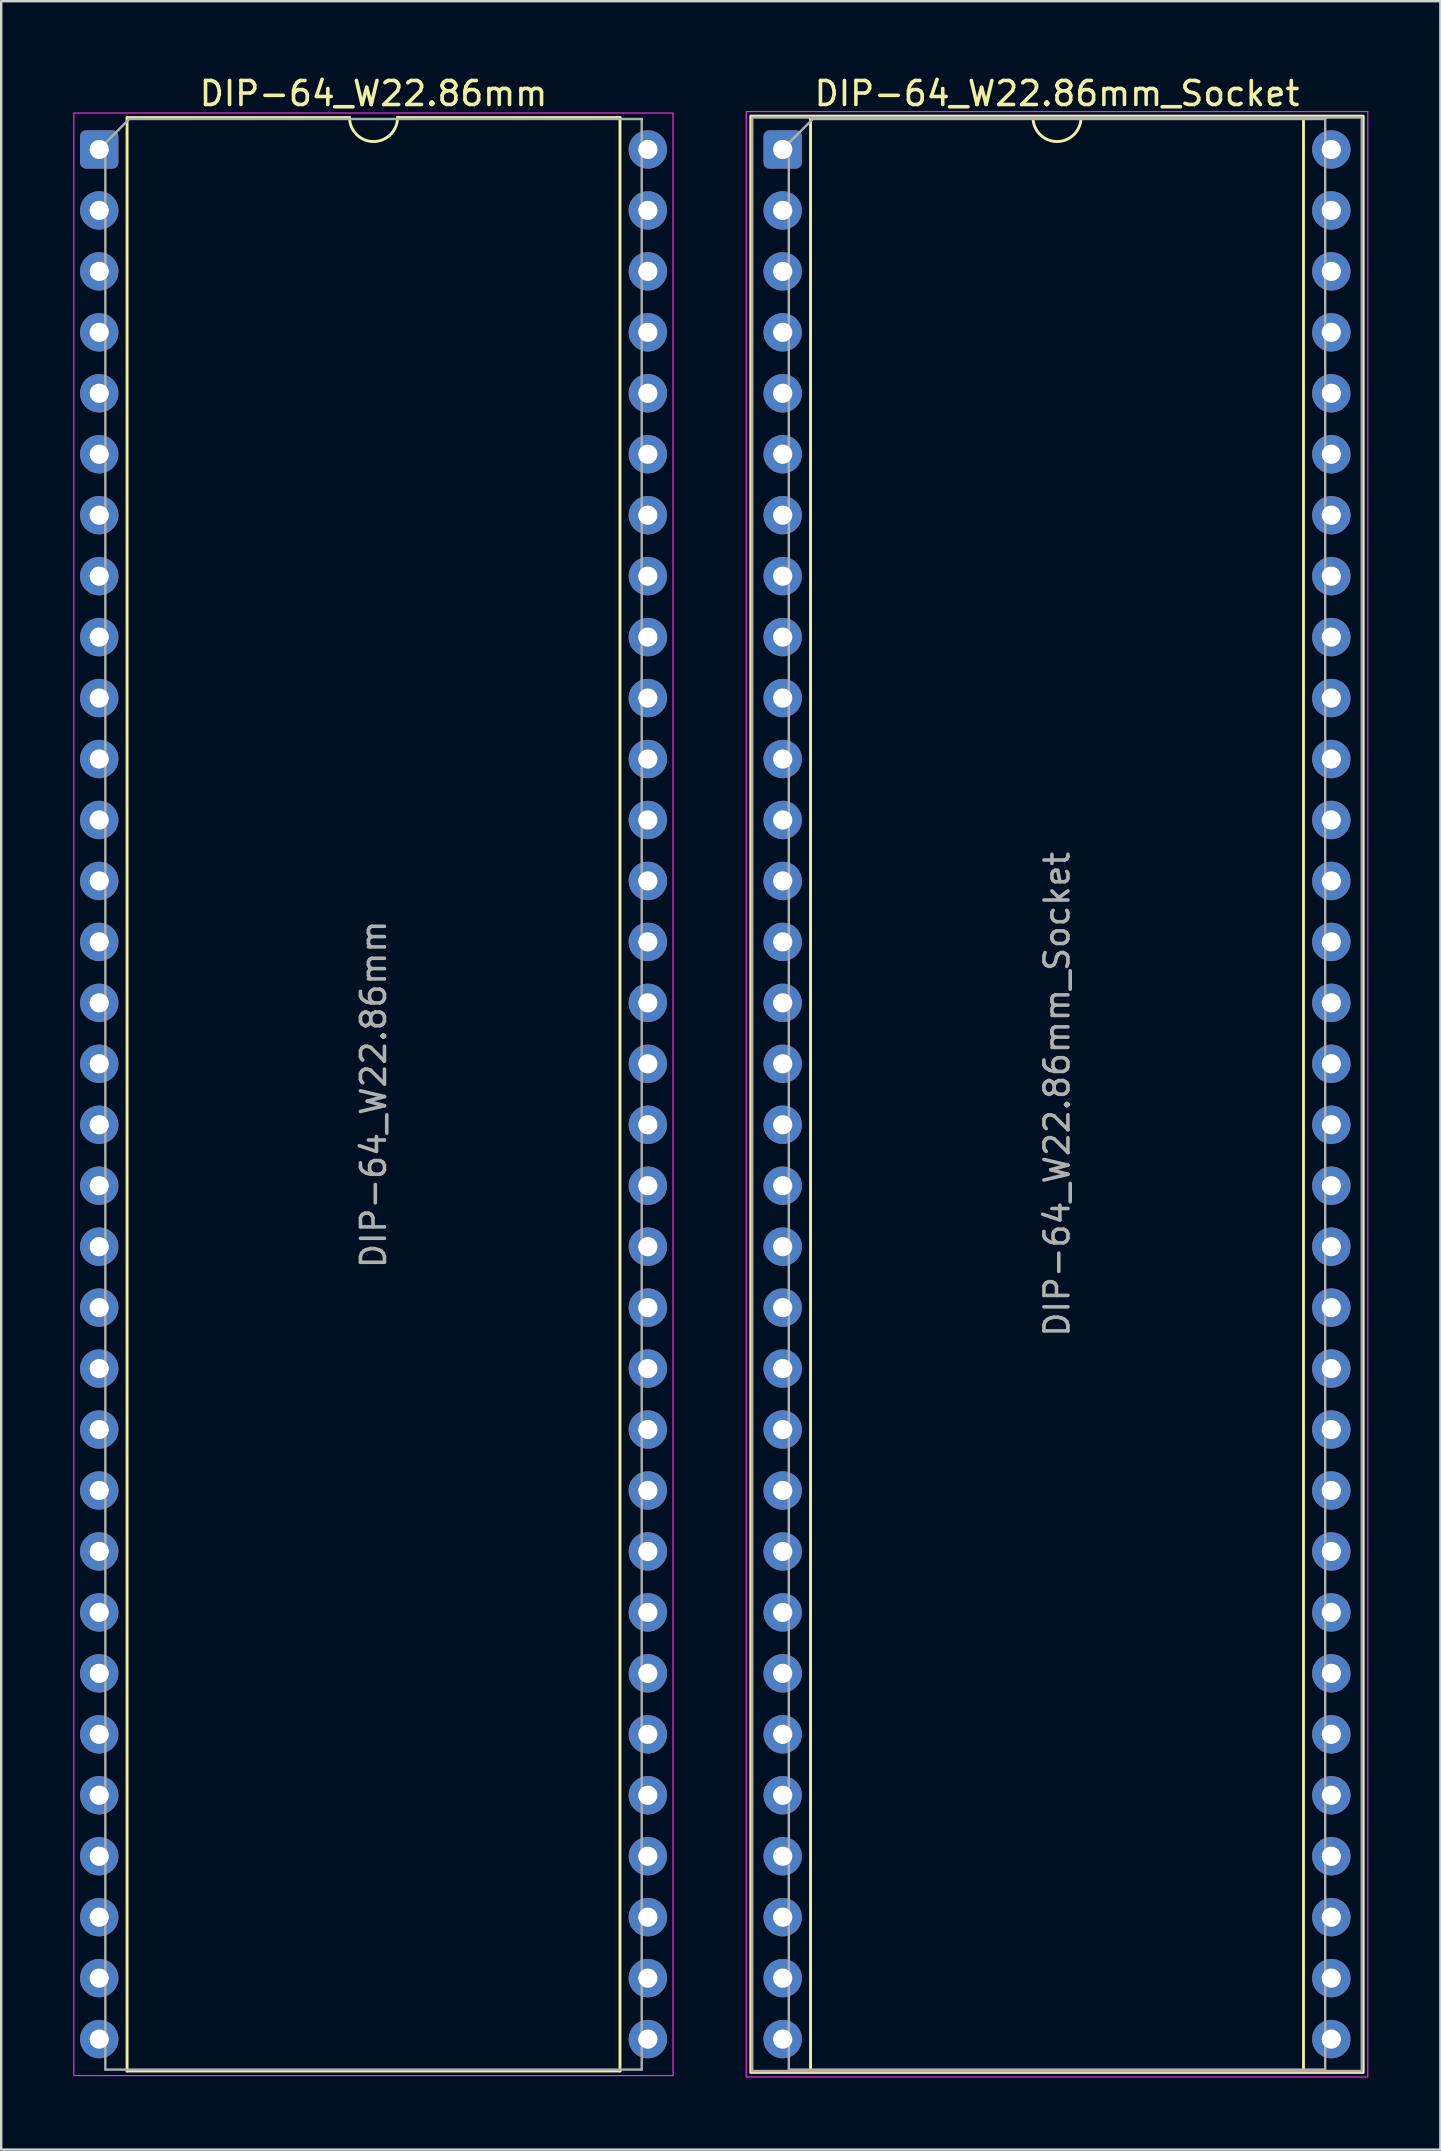
<source format=kicad_pcb>
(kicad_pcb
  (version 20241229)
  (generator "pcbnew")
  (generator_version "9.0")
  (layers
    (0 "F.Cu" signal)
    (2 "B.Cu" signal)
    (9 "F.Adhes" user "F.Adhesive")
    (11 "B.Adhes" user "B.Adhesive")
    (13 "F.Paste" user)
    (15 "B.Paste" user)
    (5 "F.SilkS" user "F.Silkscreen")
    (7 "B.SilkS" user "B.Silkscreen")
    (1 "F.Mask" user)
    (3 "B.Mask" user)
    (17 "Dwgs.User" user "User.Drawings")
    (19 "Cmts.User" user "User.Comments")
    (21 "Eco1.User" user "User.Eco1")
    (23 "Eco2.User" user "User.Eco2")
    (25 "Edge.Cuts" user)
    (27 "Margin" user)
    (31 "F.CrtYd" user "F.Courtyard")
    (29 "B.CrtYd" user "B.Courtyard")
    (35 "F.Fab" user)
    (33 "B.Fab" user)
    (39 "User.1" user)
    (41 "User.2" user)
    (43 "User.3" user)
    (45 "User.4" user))
  (footprint "DIP-64_W22.86mm"
    (layer "F.Cu")
    (at 1.085 3.178)
    (property "Reference" "DIP-64_W22.86mm" (at 11.43 -2.33 0) (layer "F.SilkS") (effects (font (size 1 1) (thickness 0.15))))
    (attr through_hole)
    (fp_line (start 1.16 -1.33) (end 1.16 80.07) (stroke (width 0.12) (type solid)) (layer "F.SilkS"))
    (fp_line (start 1.16 80.07) (end 21.7 80.07) (stroke (width 0.12) (type solid)) (layer "F.SilkS"))
    (fp_line (start 10.43 -1.33) (end 1.16 -1.33) (stroke (width 0.12) (type solid)) (layer "F.SilkS"))
    (fp_line (start 21.7 -1.33) (end 12.43 -1.33) (stroke (width 0.12) (type solid)) (layer "F.SilkS"))
    (fp_line (start 21.7 80.07) (end 21.7 -1.33) (stroke (width 0.12) (type solid)) (layer "F.SilkS"))
    (fp_arc (start 12.43 -1.33) (mid 11.43 -0.33) (end 10.43 -1.33) (stroke (width 0.12) (type solid)) (layer "F.SilkS"))
    (fp_rect (start -1.06 -1.52) (end 23.91 80.26) (stroke (width 0.05) (type solid)) (fill no) (layer "F.CrtYd"))
    (fp_line (start 0.255 -0.27) (end 1.255 -1.27) (stroke (width 0.1) (type solid)) (layer "F.Fab"))
    (fp_line (start 0.255 80.01) (end 0.255 -0.27) (stroke (width 0.1) (type solid)) (layer "F.Fab"))
    (fp_line (start 1.255 -1.27) (end 22.605 -1.27) (stroke (width 0.1) (type solid)) (layer "F.Fab"))
    (fp_line (start 22.605 -1.27) (end 22.605 80.01) (stroke (width 0.1) (type solid)) (layer "F.Fab"))
    (fp_line (start 22.605 80.01) (end 0.255 80.01) (stroke (width 0.1) (type solid)) (layer "F.Fab"))
    (fp_text user "${REFERENCE}" (at 11.43 39.37 90) (layer "F.Fab") (effects (font (size 1 1) (thickness 0.15))))
    (pad "1" thru_hole roundrect (at 0 0) (size 1.6 1.6) (drill 0.8) (layers "*.Cu" "*.Mask") (roundrect_rratio 0.156))
    (pad "2" thru_hole circle (at 0 2.54) (size 1.6 1.6) (drill 0.8) (layers "*.Cu" "*.Mask"))
    (pad "3" thru_hole circle (at 0 5.08) (size 1.6 1.6) (drill 0.8) (layers "*.Cu" "*.Mask"))
    (pad "4" thru_hole circle (at 0 7.62) (size 1.6 1.6) (drill 0.8) (layers "*.Cu" "*.Mask"))
    (pad "5" thru_hole circle (at 0 10.16) (size 1.6 1.6) (drill 0.8) (layers "*.Cu" "*.Mask"))
    (pad "6" thru_hole circle (at 0 12.7) (size 1.6 1.6) (drill 0.8) (layers "*.Cu" "*.Mask"))
    (pad "7" thru_hole circle (at 0 15.24) (size 1.6 1.6) (drill 0.8) (layers "*.Cu" "*.Mask"))
    (pad "8" thru_hole circle (at 0 17.78) (size 1.6 1.6) (drill 0.8) (layers "*.Cu" "*.Mask"))
    (pad "9" thru_hole circle (at 0 20.32) (size 1.6 1.6) (drill 0.8) (layers "*.Cu" "*.Mask"))
    (pad "10" thru_hole circle (at 0 22.86) (size 1.6 1.6) (drill 0.8) (layers "*.Cu" "*.Mask"))
    (pad "11" thru_hole circle (at 0 25.4) (size 1.6 1.6) (drill 0.8) (layers "*.Cu" "*.Mask"))
    (pad "12" thru_hole circle (at 0 27.94) (size 1.6 1.6) (drill 0.8) (layers "*.Cu" "*.Mask"))
    (pad "13" thru_hole circle (at 0 30.48) (size 1.6 1.6) (drill 0.8) (layers "*.Cu" "*.Mask"))
    (pad "14" thru_hole circle (at 0 33.02) (size 1.6 1.6) (drill 0.8) (layers "*.Cu" "*.Mask"))
    (pad "15" thru_hole circle (at 0 35.56) (size 1.6 1.6) (drill 0.8) (layers "*.Cu" "*.Mask"))
    (pad "16" thru_hole circle (at 0 38.1) (size 1.6 1.6) (drill 0.8) (layers "*.Cu" "*.Mask"))
    (pad "17" thru_hole circle (at 0 40.64) (size 1.6 1.6) (drill 0.8) (layers "*.Cu" "*.Mask"))
    (pad "18" thru_hole circle (at 0 43.18) (size 1.6 1.6) (drill 0.8) (layers "*.Cu" "*.Mask"))
    (pad "19" thru_hole circle (at 0 45.72) (size 1.6 1.6) (drill 0.8) (layers "*.Cu" "*.Mask"))
    (pad "20" thru_hole circle (at 0 48.26) (size 1.6 1.6) (drill 0.8) (layers "*.Cu" "*.Mask"))
    (pad "21" thru_hole circle (at 0 50.8) (size 1.6 1.6) (drill 0.8) (layers "*.Cu" "*.Mask"))
    (pad "22" thru_hole circle (at 0 53.34) (size 1.6 1.6) (drill 0.8) (layers "*.Cu" "*.Mask"))
    (pad "23" thru_hole circle (at 0 55.88) (size 1.6 1.6) (drill 0.8) (layers "*.Cu" "*.Mask"))
    (pad "24" thru_hole circle (at 0 58.42) (size 1.6 1.6) (drill 0.8) (layers "*.Cu" "*.Mask"))
    (pad "25" thru_hole circle (at 0 60.96) (size 1.6 1.6) (drill 0.8) (layers "*.Cu" "*.Mask"))
    (pad "26" thru_hole circle (at 0 63.5) (size 1.6 1.6) (drill 0.8) (layers "*.Cu" "*.Mask"))
    (pad "27" thru_hole circle (at 0 66.04) (size 1.6 1.6) (drill 0.8) (layers "*.Cu" "*.Mask"))
    (pad "28" thru_hole circle (at 0 68.58) (size 1.6 1.6) (drill 0.8) (layers "*.Cu" "*.Mask"))
    (pad "29" thru_hole circle (at 0 71.12) (size 1.6 1.6) (drill 0.8) (layers "*.Cu" "*.Mask"))
    (pad "30" thru_hole circle (at 0 73.66) (size 1.6 1.6) (drill 0.8) (layers "*.Cu" "*.Mask"))
    (pad "31" thru_hole circle (at 0 76.2) (size 1.6 1.6) (drill 0.8) (layers "*.Cu" "*.Mask"))
    (pad "32" thru_hole circle (at 0 78.74) (size 1.6 1.6) (drill 0.8) (layers "*.Cu" "*.Mask"))
    (pad "33" thru_hole circle (at 22.86 78.74) (size 1.6 1.6) (drill 0.8) (layers "*.Cu" "*.Mask"))
    (pad "34" thru_hole circle (at 22.86 76.2) (size 1.6 1.6) (drill 0.8) (layers "*.Cu" "*.Mask"))
    (pad "35" thru_hole circle (at 22.86 73.66) (size 1.6 1.6) (drill 0.8) (layers "*.Cu" "*.Mask"))
    (pad "36" thru_hole circle (at 22.86 71.12) (size 1.6 1.6) (drill 0.8) (layers "*.Cu" "*.Mask"))
    (pad "37" thru_hole circle (at 22.86 68.58) (size 1.6 1.6) (drill 0.8) (layers "*.Cu" "*.Mask"))
    (pad "38" thru_hole circle (at 22.86 66.04) (size 1.6 1.6) (drill 0.8) (layers "*.Cu" "*.Mask"))
    (pad "39" thru_hole circle (at 22.86 63.5) (size 1.6 1.6) (drill 0.8) (layers "*.Cu" "*.Mask"))
    (pad "40" thru_hole circle (at 22.86 60.96) (size 1.6 1.6) (drill 0.8) (layers "*.Cu" "*.Mask"))
    (pad "41" thru_hole circle (at 22.86 58.42) (size 1.6 1.6) (drill 0.8) (layers "*.Cu" "*.Mask"))
    (pad "42" thru_hole circle (at 22.86 55.88) (size 1.6 1.6) (drill 0.8) (layers "*.Cu" "*.Mask"))
    (pad "43" thru_hole circle (at 22.86 53.34) (size 1.6 1.6) (drill 0.8) (layers "*.Cu" "*.Mask"))
    (pad "44" thru_hole circle (at 22.86 50.8) (size 1.6 1.6) (drill 0.8) (layers "*.Cu" "*.Mask"))
    (pad "45" thru_hole circle (at 22.86 48.26) (size 1.6 1.6) (drill 0.8) (layers "*.Cu" "*.Mask"))
    (pad "46" thru_hole circle (at 22.86 45.72) (size 1.6 1.6) (drill 0.8) (layers "*.Cu" "*.Mask"))
    (pad "47" thru_hole circle (at 22.86 43.18) (size 1.6 1.6) (drill 0.8) (layers "*.Cu" "*.Mask"))
    (pad "48" thru_hole circle (at 22.86 40.64) (size 1.6 1.6) (drill 0.8) (layers "*.Cu" "*.Mask"))
    (pad "49" thru_hole circle (at 22.86 38.1) (size 1.6 1.6) (drill 0.8) (layers "*.Cu" "*.Mask"))
    (pad "50" thru_hole circle (at 22.86 35.56) (size 1.6 1.6) (drill 0.8) (layers "*.Cu" "*.Mask"))
    (pad "51" thru_hole circle (at 22.86 33.02) (size 1.6 1.6) (drill 0.8) (layers "*.Cu" "*.Mask"))
    (pad "52" thru_hole circle (at 22.86 30.48) (size 1.6 1.6) (drill 0.8) (layers "*.Cu" "*.Mask"))
    (pad "53" thru_hole circle (at 22.86 27.94) (size 1.6 1.6) (drill 0.8) (layers "*.Cu" "*.Mask"))
    (pad "54" thru_hole circle (at 22.86 25.4) (size 1.6 1.6) (drill 0.8) (layers "*.Cu" "*.Mask"))
    (pad "55" thru_hole circle (at 22.86 22.86) (size 1.6 1.6) (drill 0.8) (layers "*.Cu" "*.Mask"))
    (pad "56" thru_hole circle (at 22.86 20.32) (size 1.6 1.6) (drill 0.8) (layers "*.Cu" "*.Mask"))
    (pad "57" thru_hole circle (at 22.86 17.78) (size 1.6 1.6) (drill 0.8) (layers "*.Cu" "*.Mask"))
    (pad "58" thru_hole circle (at 22.86 15.24) (size 1.6 1.6) (drill 0.8) (layers "*.Cu" "*.Mask"))
    (pad "59" thru_hole circle (at 22.86 12.7) (size 1.6 1.6) (drill 0.8) (layers "*.Cu" "*.Mask"))
    (pad "60" thru_hole circle (at 22.86 10.16) (size 1.6 1.6) (drill 0.8) (layers "*.Cu" "*.Mask"))
    (pad "61" thru_hole circle (at 22.86 7.62) (size 1.6 1.6) (drill 0.8) (layers "*.Cu" "*.Mask"))
    (pad "62" thru_hole circle (at 22.86 5.08) (size 1.6 1.6) (drill 0.8) (layers "*.Cu" "*.Mask"))
    (pad "63" thru_hole circle (at 22.86 2.54) (size 1.6 1.6) (drill 0.8) (layers "*.Cu" "*.Mask"))
    (pad "64" thru_hole circle (at 22.86 0) (size 1.6 1.6) (drill 0.8) (layers "*.Cu" "*.Mask")))
  (footprint "DIP-64_W22.86mm_Socket"
    (layer "F.Cu")
    (at 29.565 3.178)
    (property "Reference" "DIP-64_W22.86mm_Socket" (at 11.43 -2.33 0) (layer "F.SilkS") (effects (font (size 1 1) (thickness 0.15))))
    (attr through_hole)
    (fp_line (start 1.16 -1.33) (end 1.16 80.07) (stroke (width 0.12) (type solid)) (layer "F.SilkS"))
    (fp_line (start 1.16 80.07) (end 21.7 80.07) (stroke (width 0.12) (type solid)) (layer "F.SilkS"))
    (fp_line (start 10.43 -1.33) (end 1.16 -1.33) (stroke (width 0.12) (type solid)) (layer "F.SilkS"))
    (fp_line (start 21.7 -1.33) (end 12.43 -1.33) (stroke (width 0.12) (type solid)) (layer "F.SilkS"))
    (fp_line (start 21.7 80.07) (end 21.7 -1.33) (stroke (width 0.12) (type solid)) (layer "F.SilkS"))
    (fp_rect (start -1.33 -1.39) (end 24.19 80.13) (stroke (width 0.12) (type solid)) (fill no) (layer "F.SilkS"))
    (fp_arc (start 12.43 -1.33) (mid 11.43 -0.33) (end 10.43 -1.33) (stroke (width 0.12) (type solid)) (layer "F.SilkS"))
    (fp_rect (start -1.52 -1.58) (end 24.38 80.32) (stroke (width 0.05) (type solid)) (fill no) (layer "F.CrtYd"))
    (fp_line (start 0.255 -0.27) (end 1.255 -1.27) (stroke (width 0.1) (type solid)) (layer "F.Fab"))
    (fp_line (start 0.255 80.01) (end 0.255 -0.27) (stroke (width 0.1) (type solid)) (layer "F.Fab"))
    (fp_line (start 1.255 -1.27) (end 22.605 -1.27) (stroke (width 0.1) (type solid)) (layer "F.Fab"))
    (fp_line (start 22.605 -1.27) (end 22.605 80.01) (stroke (width 0.1) (type solid)) (layer "F.Fab"))
    (fp_line (start 22.605 80.01) (end 0.255 80.01) (stroke (width 0.1) (type solid)) (layer "F.Fab"))
    (fp_rect (start -1.27 -1.33) (end 24.13 80.07) (stroke (width 0.1) (type solid)) (fill no) (layer "F.Fab"))
    (fp_text user "${REFERENCE}" (at 11.43 39.37 90) (layer "F.Fab") (effects (font (size 1 1) (thickness 0.15))))
    (pad "1" thru_hole roundrect (at 0 0) (size 1.6 1.6) (drill 0.8) (layers "*.Cu" "*.Mask") (roundrect_rratio 0.156))
    (pad "2" thru_hole circle (at 0 2.54) (size 1.6 1.6) (drill 0.8) (layers "*.Cu" "*.Mask"))
    (pad "3" thru_hole circle (at 0 5.08) (size 1.6 1.6) (drill 0.8) (layers "*.Cu" "*.Mask"))
    (pad "4" thru_hole circle (at 0 7.62) (size 1.6 1.6) (drill 0.8) (layers "*.Cu" "*.Mask"))
    (pad "5" thru_hole circle (at 0 10.16) (size 1.6 1.6) (drill 0.8) (layers "*.Cu" "*.Mask"))
    (pad "6" thru_hole circle (at 0 12.7) (size 1.6 1.6) (drill 0.8) (layers "*.Cu" "*.Mask"))
    (pad "7" thru_hole circle (at 0 15.24) (size 1.6 1.6) (drill 0.8) (layers "*.Cu" "*.Mask"))
    (pad "8" thru_hole circle (at 0 17.78) (size 1.6 1.6) (drill 0.8) (layers "*.Cu" "*.Mask"))
    (pad "9" thru_hole circle (at 0 20.32) (size 1.6 1.6) (drill 0.8) (layers "*.Cu" "*.Mask"))
    (pad "10" thru_hole circle (at 0 22.86) (size 1.6 1.6) (drill 0.8) (layers "*.Cu" "*.Mask"))
    (pad "11" thru_hole circle (at 0 25.4) (size 1.6 1.6) (drill 0.8) (layers "*.Cu" "*.Mask"))
    (pad "12" thru_hole circle (at 0 27.94) (size 1.6 1.6) (drill 0.8) (layers "*.Cu" "*.Mask"))
    (pad "13" thru_hole circle (at 0 30.48) (size 1.6 1.6) (drill 0.8) (layers "*.Cu" "*.Mask"))
    (pad "14" thru_hole circle (at 0 33.02) (size 1.6 1.6) (drill 0.8) (layers "*.Cu" "*.Mask"))
    (pad "15" thru_hole circle (at 0 35.56) (size 1.6 1.6) (drill 0.8) (layers "*.Cu" "*.Mask"))
    (pad "16" thru_hole circle (at 0 38.1) (size 1.6 1.6) (drill 0.8) (layers "*.Cu" "*.Mask"))
    (pad "17" thru_hole circle (at 0 40.64) (size 1.6 1.6) (drill 0.8) (layers "*.Cu" "*.Mask"))
    (pad "18" thru_hole circle (at 0 43.18) (size 1.6 1.6) (drill 0.8) (layers "*.Cu" "*.Mask"))
    (pad "19" thru_hole circle (at 0 45.72) (size 1.6 1.6) (drill 0.8) (layers "*.Cu" "*.Mask"))
    (pad "20" thru_hole circle (at 0 48.26) (size 1.6 1.6) (drill 0.8) (layers "*.Cu" "*.Mask"))
    (pad "21" thru_hole circle (at 0 50.8) (size 1.6 1.6) (drill 0.8) (layers "*.Cu" "*.Mask"))
    (pad "22" thru_hole circle (at 0 53.34) (size 1.6 1.6) (drill 0.8) (layers "*.Cu" "*.Mask"))
    (pad "23" thru_hole circle (at 0 55.88) (size 1.6 1.6) (drill 0.8) (layers "*.Cu" "*.Mask"))
    (pad "24" thru_hole circle (at 0 58.42) (size 1.6 1.6) (drill 0.8) (layers "*.Cu" "*.Mask"))
    (pad "25" thru_hole circle (at 0 60.96) (size 1.6 1.6) (drill 0.8) (layers "*.Cu" "*.Mask"))
    (pad "26" thru_hole circle (at 0 63.5) (size 1.6 1.6) (drill 0.8) (layers "*.Cu" "*.Mask"))
    (pad "27" thru_hole circle (at 0 66.04) (size 1.6 1.6) (drill 0.8) (layers "*.Cu" "*.Mask"))
    (pad "28" thru_hole circle (at 0 68.58) (size 1.6 1.6) (drill 0.8) (layers "*.Cu" "*.Mask"))
    (pad "29" thru_hole circle (at 0 71.12) (size 1.6 1.6) (drill 0.8) (layers "*.Cu" "*.Mask"))
    (pad "30" thru_hole circle (at 0 73.66) (size 1.6 1.6) (drill 0.8) (layers "*.Cu" "*.Mask"))
    (pad "31" thru_hole circle (at 0 76.2) (size 1.6 1.6) (drill 0.8) (layers "*.Cu" "*.Mask"))
    (pad "32" thru_hole circle (at 0 78.74) (size 1.6 1.6) (drill 0.8) (layers "*.Cu" "*.Mask"))
    (pad "33" thru_hole circle (at 22.86 78.74) (size 1.6 1.6) (drill 0.8) (layers "*.Cu" "*.Mask"))
    (pad "34" thru_hole circle (at 22.86 76.2) (size 1.6 1.6) (drill 0.8) (layers "*.Cu" "*.Mask"))
    (pad "35" thru_hole circle (at 22.86 73.66) (size 1.6 1.6) (drill 0.8) (layers "*.Cu" "*.Mask"))
    (pad "36" thru_hole circle (at 22.86 71.12) (size 1.6 1.6) (drill 0.8) (layers "*.Cu" "*.Mask"))
    (pad "37" thru_hole circle (at 22.86 68.58) (size 1.6 1.6) (drill 0.8) (layers "*.Cu" "*.Mask"))
    (pad "38" thru_hole circle (at 22.86 66.04) (size 1.6 1.6) (drill 0.8) (layers "*.Cu" "*.Mask"))
    (pad "39" thru_hole circle (at 22.86 63.5) (size 1.6 1.6) (drill 0.8) (layers "*.Cu" "*.Mask"))
    (pad "40" thru_hole circle (at 22.86 60.96) (size 1.6 1.6) (drill 0.8) (layers "*.Cu" "*.Mask"))
    (pad "41" thru_hole circle (at 22.86 58.42) (size 1.6 1.6) (drill 0.8) (layers "*.Cu" "*.Mask"))
    (pad "42" thru_hole circle (at 22.86 55.88) (size 1.6 1.6) (drill 0.8) (layers "*.Cu" "*.Mask"))
    (pad "43" thru_hole circle (at 22.86 53.34) (size 1.6 1.6) (drill 0.8) (layers "*.Cu" "*.Mask"))
    (pad "44" thru_hole circle (at 22.86 50.8) (size 1.6 1.6) (drill 0.8) (layers "*.Cu" "*.Mask"))
    (pad "45" thru_hole circle (at 22.86 48.26) (size 1.6 1.6) (drill 0.8) (layers "*.Cu" "*.Mask"))
    (pad "46" thru_hole circle (at 22.86 45.72) (size 1.6 1.6) (drill 0.8) (layers "*.Cu" "*.Mask"))
    (pad "47" thru_hole circle (at 22.86 43.18) (size 1.6 1.6) (drill 0.8) (layers "*.Cu" "*.Mask"))
    (pad "48" thru_hole circle (at 22.86 40.64) (size 1.6 1.6) (drill 0.8) (layers "*.Cu" "*.Mask"))
    (pad "49" thru_hole circle (at 22.86 38.1) (size 1.6 1.6) (drill 0.8) (layers "*.Cu" "*.Mask"))
    (pad "50" thru_hole circle (at 22.86 35.56) (size 1.6 1.6) (drill 0.8) (layers "*.Cu" "*.Mask"))
    (pad "51" thru_hole circle (at 22.86 33.02) (size 1.6 1.6) (drill 0.8) (layers "*.Cu" "*.Mask"))
    (pad "52" thru_hole circle (at 22.86 30.48) (size 1.6 1.6) (drill 0.8) (layers "*.Cu" "*.Mask"))
    (pad "53" thru_hole circle (at 22.86 27.94) (size 1.6 1.6) (drill 0.8) (layers "*.Cu" "*.Mask"))
    (pad "54" thru_hole circle (at 22.86 25.4) (size 1.6 1.6) (drill 0.8) (layers "*.Cu" "*.Mask"))
    (pad "55" thru_hole circle (at 22.86 22.86) (size 1.6 1.6) (drill 0.8) (layers "*.Cu" "*.Mask"))
    (pad "56" thru_hole circle (at 22.86 20.32) (size 1.6 1.6) (drill 0.8) (layers "*.Cu" "*.Mask"))
    (pad "57" thru_hole circle (at 22.86 17.78) (size 1.6 1.6) (drill 0.8) (layers "*.Cu" "*.Mask"))
    (pad "58" thru_hole circle (at 22.86 15.24) (size 1.6 1.6) (drill 0.8) (layers "*.Cu" "*.Mask"))
    (pad "59" thru_hole circle (at 22.86 12.7) (size 1.6 1.6) (drill 0.8) (layers "*.Cu" "*.Mask"))
    (pad "60" thru_hole circle (at 22.86 10.16) (size 1.6 1.6) (drill 0.8) (layers "*.Cu" "*.Mask"))
    (pad "61" thru_hole circle (at 22.86 7.62) (size 1.6 1.6) (drill 0.8) (layers "*.Cu" "*.Mask"))
    (pad "62" thru_hole circle (at 22.86 5.08) (size 1.6 1.6) (drill 0.8) (layers "*.Cu" "*.Mask"))
    (pad "63" thru_hole circle (at 22.86 2.54) (size 1.6 1.6) (drill 0.8) (layers "*.Cu" "*.Mask"))
    (pad "64" thru_hole circle (at 22.86 0) (size 1.6 1.6) (drill 0.8) (layers "*.Cu" "*.Mask")))
  (gr_rect
    (start -3 -3)
    (end 56.97 86.523)
    (stroke (width 0.1) (type default))
    (fill no)
    (layer "Edge.Cuts")))
</source>
